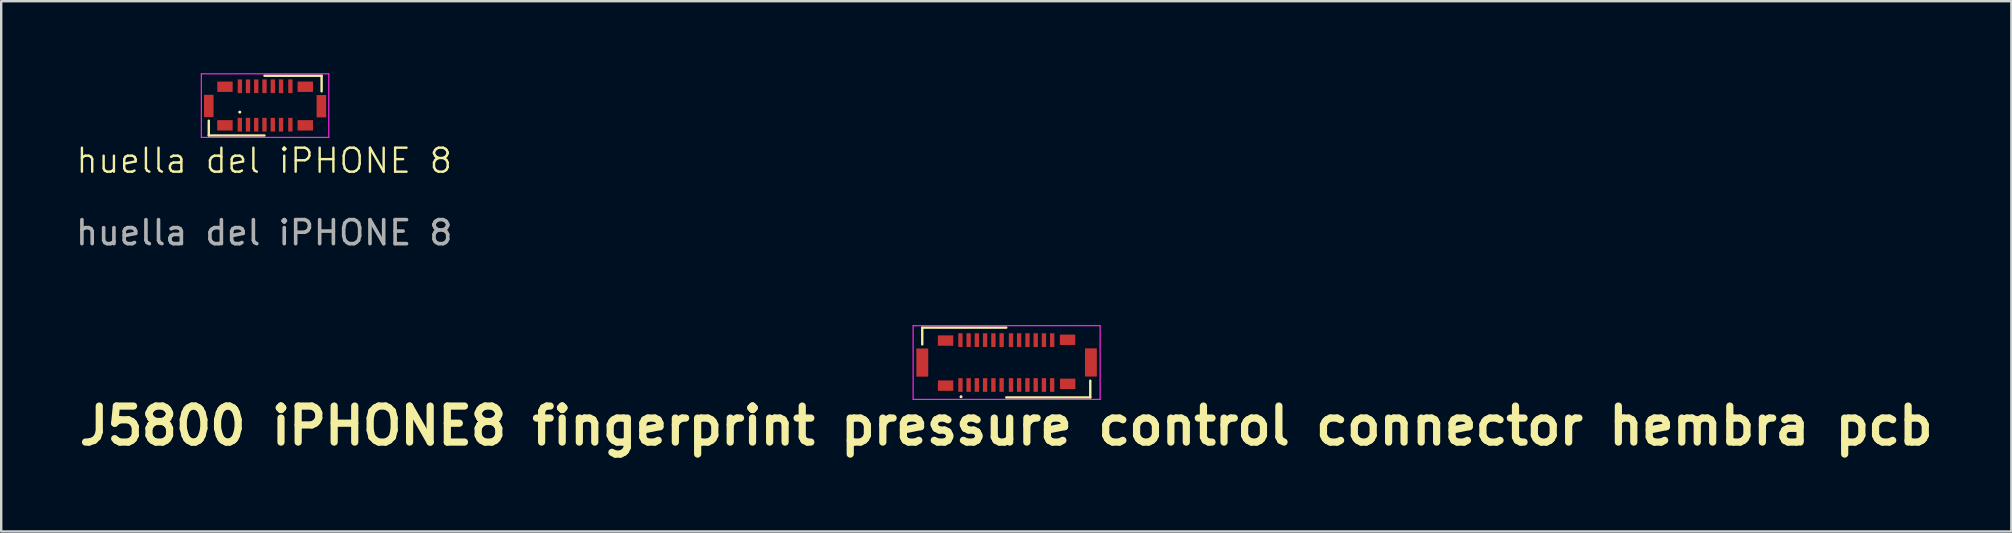
<source format=kicad_pcb>
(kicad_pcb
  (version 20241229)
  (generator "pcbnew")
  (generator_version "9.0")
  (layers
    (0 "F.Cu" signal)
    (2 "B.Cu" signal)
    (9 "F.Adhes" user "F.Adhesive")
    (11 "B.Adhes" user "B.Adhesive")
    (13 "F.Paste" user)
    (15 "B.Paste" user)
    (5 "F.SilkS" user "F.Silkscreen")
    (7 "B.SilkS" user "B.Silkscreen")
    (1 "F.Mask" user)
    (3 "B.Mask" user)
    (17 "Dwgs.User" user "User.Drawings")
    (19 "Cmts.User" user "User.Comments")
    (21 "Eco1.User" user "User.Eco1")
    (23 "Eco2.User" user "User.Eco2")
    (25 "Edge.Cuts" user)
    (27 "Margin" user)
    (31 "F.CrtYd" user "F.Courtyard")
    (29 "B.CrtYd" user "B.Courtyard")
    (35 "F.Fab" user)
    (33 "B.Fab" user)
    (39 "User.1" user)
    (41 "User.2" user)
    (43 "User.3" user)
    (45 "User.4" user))
  (footprint "J5800 iPHONE8 fingerprint pressure control connector hembra pcb"
    (layer "F.Cu")
    (at 38.871 12.058)
    (property "Reference" "J5800 iPHONE8 fingerprint pressure control connector hembra pcb" (at 0 2.63 0) (layer "F.SilkS") (effects (font (size 1.5 1.5) (thickness 0.3))))
    (attr board_only exclude_from_pos_files exclude_from_bom)
    (fp_poly (pts (xy -3.251 -0.004) (xy -3.251 0.582) (xy -3.499 0.582) (xy -3.746 0.582) (xy -3.746 -0.004) (xy -3.746 -0.591) (xy -3.499 -0.591) (xy -3.251 -0.591)) (stroke (width 0) (type solid)) (fill yes) (layer "F.Mask"))
    (fp_poly (pts (xy -2.208 -0.92) (xy -2.208 -0.7) (xy -2.529 -0.7) (xy -2.849 -0.7) (xy -2.849 -0.92) (xy -2.849 -1.14) (xy -2.529 -1.14) (xy -2.208 -1.14)) (stroke (width 0) (type solid)) (fill yes) (layer "F.Mask"))
    (fp_poly (pts (xy -2.208 0.957) (xy -2.208 1.173) (xy -2.529 1.173) (xy -2.849 1.173) (xy -2.849 0.957) (xy -2.849 0.742) (xy -2.529 0.742) (xy -2.208 0.742)) (stroke (width 0) (type solid)) (fill yes) (layer "F.Mask"))
    (fp_poly (pts (xy -1.818 -0.939) (xy -1.818 -0.654) (xy -1.909 -0.654) (xy -1.999 -0.654) (xy -1.999 -0.939) (xy -1.999 -1.223) (xy -1.909 -1.223) (xy -1.818 -1.223)) (stroke (width 0) (type solid)) (fill yes) (layer "F.Mask"))
    (fp_poly (pts (xy -1.818 0.93) (xy -1.818 1.219) (xy -1.909 1.219) (xy -1.999 1.219) (xy -1.999 0.93) (xy -1.999 0.641) (xy -1.909 0.641) (xy -1.818 0.641)) (stroke (width 0) (type solid)) (fill yes) (layer "F.Mask"))
    (fp_poly (pts (xy -1.479 -0.939) (xy -1.479 -0.654) (xy -1.569 -0.654) (xy -1.659 -0.654) (xy -1.659 -0.939) (xy -1.659 -1.223) (xy -1.569 -1.223) (xy -1.479 -1.223)) (stroke (width 0) (type solid)) (fill yes) (layer "F.Mask"))
    (fp_poly (pts (xy -1.479 0.928) (xy -1.479 1.219) (xy -1.567 1.219) (xy -1.655 1.219) (xy -1.655 0.928) (xy -1.655 0.637) (xy -1.567 0.637) (xy -1.479 0.637)) (stroke (width 0) (type solid)) (fill yes) (layer "F.Mask"))
    (fp_poly (pts (xy -1.131 -0.939) (xy -1.131 -0.654) (xy -1.226 -0.654) (xy -1.32 -0.654) (xy -1.32 -0.939) (xy -1.32 -1.223) (xy -1.226 -1.223) (xy -1.131 -1.223)) (stroke (width 0) (type solid)) (fill yes) (layer "F.Mask"))
    (fp_poly (pts (xy -1.131 0.93) (xy -1.131 1.219) (xy -1.226 1.219) (xy -1.32 1.219) (xy -1.32 0.93) (xy -1.32 0.641) (xy -1.226 0.641) (xy -1.131 0.641)) (stroke (width 0) (type solid)) (fill yes) (layer "F.Mask"))
    (fp_poly (pts (xy -0.788 -0.939) (xy -0.788 -0.654) (xy -0.882 -0.654) (xy -0.976 -0.654) (xy -0.976 -0.939) (xy -0.976 -1.223) (xy -0.882 -1.223) (xy -0.788 -1.223)) (stroke (width 0) (type solid)) (fill yes) (layer "F.Mask"))
    (fp_poly (pts (xy -0.788 0.93) (xy -0.788 1.219) (xy -0.882 1.219) (xy -0.976 1.219) (xy -0.976 0.93) (xy -0.976 0.641) (xy -0.882 0.641) (xy -0.788 0.641)) (stroke (width 0) (type solid)) (fill yes) (layer "F.Mask"))
    (fp_poly (pts (xy -0.448 0.93) (xy -0.448 1.219) (xy -0.538 1.219) (xy -0.629 1.219) (xy -0.629 0.93) (xy -0.629 0.641) (xy -0.538 0.641) (xy -0.448 0.641)) (stroke (width 0) (type solid)) (fill yes) (layer "F.Mask"))
    (fp_poly (pts (xy -0.444 -0.939) (xy -0.444 -0.654) (xy -0.536 -0.654) (xy -0.629 -0.654) (xy -0.629 -0.939) (xy -0.629 -1.223) (xy -0.536 -1.223) (xy -0.444 -1.223)) (stroke (width 0) (type solid)) (fill yes) (layer "F.Mask"))
    (fp_poly (pts (xy -0.101 -0.939) (xy -0.101 -0.654) (xy -0.193 -0.654) (xy -0.285 -0.654) (xy -0.285 -0.939) (xy -0.285 -1.223) (xy -0.193 -1.223) (xy -0.101 -1.223)) (stroke (width 0) (type solid)) (fill yes) (layer "F.Mask"))
    (fp_poly (pts (xy -0.101 0.93) (xy -0.101 1.219) (xy -0.193 1.219) (xy -0.285 1.219) (xy -0.285 0.93) (xy -0.285 0.641) (xy -0.193 0.641) (xy -0.101 0.641)) (stroke (width 0) (type solid)) (fill yes) (layer "F.Mask"))
    (fp_poly (pts (xy 0.289 -0.939) (xy 0.289 -0.654) (xy 0.197 -0.654) (xy 0.105 -0.654) (xy 0.105 -0.939) (xy 0.105 -1.223) (xy 0.197 -1.223) (xy 0.289 -1.223)) (stroke (width 0) (type solid)) (fill yes) (layer "F.Mask"))
    (fp_poly (pts (xy 0.289 0.93) (xy 0.289 1.219) (xy 0.197 1.219) (xy 0.105 1.219) (xy 0.105 0.93) (xy 0.105 0.641) (xy 0.197 0.641) (xy 0.289 0.641)) (stroke (width 0) (type solid)) (fill yes) (layer "F.Mask"))
    (fp_poly (pts (xy 0.629 -0.939) (xy 0.629 -0.654) (xy 0.536 -0.654) (xy 0.444 -0.654) (xy 0.444 -0.939) (xy 0.444 -1.223) (xy 0.536 -1.223) (xy 0.629 -1.223)) (stroke (width 0) (type solid)) (fill yes) (layer "F.Mask"))
    (fp_poly (pts (xy 0.629 0.93) (xy 0.629 1.219) (xy 0.536 1.219) (xy 0.444 1.219) (xy 0.444 0.93) (xy 0.444 0.641) (xy 0.536 0.641) (xy 0.629 0.641)) (stroke (width 0) (type solid)) (fill yes) (layer "F.Mask"))
    (fp_poly (pts (xy 0.972 -0.939) (xy 0.972 -0.654) (xy 0.884 -0.654) (xy 0.796 -0.654) (xy 0.796 -0.939) (xy 0.796 -1.223) (xy 0.884 -1.223) (xy 0.972 -1.223)) (stroke (width 0) (type solid)) (fill yes) (layer "F.Mask"))
    (fp_poly (pts (xy 0.972 0.93) (xy 0.972 1.219) (xy 0.882 1.219) (xy 0.792 1.219) (xy 0.792 0.93) (xy 0.792 0.641) (xy 0.882 0.641) (xy 0.972 0.641)) (stroke (width 0) (type solid)) (fill yes) (layer "F.Mask"))
    (fp_poly (pts (xy 1.32 -0.939) (xy 1.32 -0.654) (xy 1.226 -0.654) (xy 1.131 -0.654) (xy 1.131 -0.939) (xy 1.131 -1.223) (xy 1.226 -1.223) (xy 1.32 -1.223)) (stroke (width 0) (type solid)) (fill yes) (layer "F.Mask"))
    (fp_poly (pts (xy 1.32 0.93) (xy 1.32 1.219) (xy 1.226 1.219) (xy 1.131 1.219) (xy 1.131 0.93) (xy 1.131 0.641) (xy 1.226 0.641) (xy 1.32 0.641)) (stroke (width 0) (type solid)) (fill yes) (layer "F.Mask"))
    (fp_poly (pts (xy 1.663 -0.939) (xy 1.663 -0.654) (xy 1.569 -0.654) (xy 1.475 -0.654) (xy 1.475 -0.939) (xy 1.475 -1.223) (xy 1.569 -1.223) (xy 1.663 -1.223)) (stroke (width 0) (type solid)) (fill yes) (layer "F.Mask"))
    (fp_poly (pts (xy 1.663 0.93) (xy 1.663 1.219) (xy 1.569 1.219) (xy 1.475 1.219) (xy 1.475 0.93) (xy 1.475 0.641) (xy 1.569 0.641) (xy 1.663 0.641)) (stroke (width 0) (type solid)) (fill yes) (layer "F.Mask"))
    (fp_poly (pts (xy 2.003 -0.939) (xy 2.003 -0.654) (xy 1.913 -0.654) (xy 1.823 -0.654) (xy 1.823 -0.939) (xy 1.823 -1.223) (xy 1.913 -1.223) (xy 2.003 -1.223)) (stroke (width 0) (type solid)) (fill yes) (layer "F.Mask"))
    (fp_poly (pts (xy 2.003 0.93) (xy 2.003 1.219) (xy 1.913 1.219) (xy 1.823 1.219) (xy 1.823 0.93) (xy 1.823 0.641) (xy 1.913 0.641) (xy 2.003 0.641)) (stroke (width 0) (type solid)) (fill yes) (layer "F.Mask"))
    (fp_poly (pts (xy 2.87 -0.953) (xy 2.87 -0.737) (xy 2.554 -0.737) (xy 2.237 -0.737) (xy 2.237 -0.953) (xy 2.237 -1.169) (xy 2.554 -1.169) (xy 2.87 -1.169)) (stroke (width 0) (type solid)) (fill yes) (layer "F.Mask"))
    (fp_poly (pts (xy 2.87 0.882) (xy 2.87 1.098) (xy 2.56 1.098) (xy 2.25 1.098) (xy 2.25 0.882) (xy 2.25 0.666) (xy 2.56 0.666) (xy 2.87 0.666)) (stroke (width 0) (type solid)) (fill yes) (layer "F.Mask"))
    (fp_poly (pts (xy 3.742 -0.008) (xy 3.742 0.582) (xy 3.526 0.582) (xy 3.31 0.582) (xy 3.31 -0.008) (xy 3.31 -0.599) (xy 3.526 -0.599) (xy 3.742 -0.599)) (stroke (width 0) (type solid)) (fill yes) (layer "F.Mask"))
    (fp_line (start -3.5 -1.46) (end 0 -1.46) (stroke (width 0.1) (type default)) (layer "F.SilkS"))
    (fp_line (start -3.5 -0.76) (end -3.5 -1.46) (stroke (width 0.1) (type default)) (layer "F.SilkS"))
    (fp_line (start -1.89 1.42) (end -1.89 1.43) (stroke (width 0.1) (type default)) (layer "F.SilkS"))
    (fp_line (start -1.88 1.42) (end -1.89 1.42) (stroke (width 0.1) (type default)) (layer "F.SilkS"))
    (fp_line (start -1.88 1.43) (end -1.88 1.42) (stroke (width 0.1) (type default)) (layer "F.SilkS"))
    (fp_line (start 0 1.45) (end 3.5 1.45) (stroke (width 0.1) (type default)) (layer "F.SilkS"))
    (fp_line (start 3.5 1.45) (end 3.5 0.75) (stroke (width 0.1) (type default)) (layer "F.SilkS"))
    (fp_line (start -3.88 -1.54) (end -3.88 1.53) (stroke (width 0.05) (type default)) (layer "F.CrtYd"))
    (fp_line (start -3.88 -1.54) (end 3.91 -1.54) (stroke (width 0.05) (type default)) (layer "F.CrtYd"))
    (fp_line (start -3.88 1.53) (end 3.91 1.53) (stroke (width 0.05) (type default)) (layer "F.CrtYd"))
    (fp_line (start 3.91 -1.54) (end 3.91 1.53) (stroke (width 0.05) (type default)) (layer "F.CrtYd"))
    (pad "1" smd rect (at -1.909 0.93) (size 0.18 0.57) (layers "F.Cu" "F.Mask" "F.Paste"))
    (pad "2" smd rect (at -1.909 -0.939) (size 0.18 0.57) (layers "F.Cu" "F.Mask" "F.Paste"))
    (pad "3" smd rect (at -1.569 0.93) (size 0.18 0.57) (layers "F.Cu" "F.Mask" "F.Paste"))
    (pad "4" smd rect (at -1.569 -0.939) (size 0.18 0.57) (layers "F.Cu" "F.Mask" "F.Paste"))
    (pad "5" smd rect (at -1.226 0.93) (size 0.18 0.57) (layers "F.Cu" "F.Mask" "F.Paste"))
    (pad "6" smd rect (at -1.226 -0.939) (size 0.18 0.57) (layers "F.Cu" "F.Mask" "F.Paste"))
    (pad "7" smd rect (at -0.882 0.93) (size 0.18 0.57) (layers "F.Cu" "F.Mask" "F.Paste"))
    (pad "8" smd rect (at -0.882 -0.939) (size 0.18 0.57) (layers "F.Cu" "F.Mask" "F.Paste"))
    (pad "9" smd rect (at -0.536 0.93) (size 0.18 0.57) (layers "F.Cu" "F.Mask" "F.Paste"))
    (pad "10" smd rect (at -0.536 -0.939) (size 0.18 0.57) (layers "F.Cu" "F.Mask" "F.Paste"))
    (pad "11" smd rect (at -0.193 0.93) (size 0.18 0.57) (layers "F.Cu" "F.Mask" "F.Paste"))
    (pad "12" smd rect (at -0.193 -0.939) (size 0.18 0.57) (layers "F.Cu" "F.Mask" "F.Paste"))
    (pad "13" smd rect (at 0.197 0.93) (size 0.18 0.57) (layers "F.Cu" "F.Mask" "F.Paste"))
    (pad "14" smd rect (at 0.197 -0.939) (size 0.18 0.57) (layers "F.Cu" "F.Mask" "F.Paste"))
    (pad "15" smd rect (at 0.536 0.93) (size 0.18 0.57) (layers "F.Cu" "F.Mask" "F.Paste"))
    (pad "16" smd rect (at 0.536 -0.939) (size 0.18 0.57) (layers "F.Cu" "F.Mask" "F.Paste"))
    (pad "17" smd rect (at 0.882 0.93) (size 0.18 0.57) (layers "F.Cu" "F.Mask" "F.Paste"))
    (pad "18" smd rect (at 0.884 -0.939) (size 0.18 0.57) (layers "F.Cu" "F.Mask" "F.Paste"))
    (pad "19" smd rect (at 1.226 0.93) (size 0.18 0.57) (layers "F.Cu" "F.Mask" "F.Paste"))
    (pad "20" smd rect (at 1.226 -0.939) (size 0.18 0.57) (layers "F.Cu" "F.Mask" "F.Paste"))
    (pad "21" smd rect (at 1.569 0.93) (size 0.18 0.57) (layers "F.Cu" "F.Mask" "F.Paste"))
    (pad "22" smd rect (at 1.569 -0.939) (size 0.18 0.57) (layers "F.Cu" "F.Mask" "F.Paste"))
    (pad "23" smd rect (at 1.913 0.93) (size 0.18 0.57) (layers "F.Cu" "F.Mask" "F.Paste"))
    (pad "24" smd rect (at 1.913 -0.939) (size 0.18 0.57) (layers "F.Cu" "F.Mask" "F.Paste"))
    (pad "25" smd rect (at -2.529 0.957) (size 0.641 0.432) (layers "F.Cu" "F.Mask" "F.Paste"))
    (pad "26" smd rect (at -2.529 -0.92) (size 0.641 0.432) (layers "F.Cu" "F.Mask" "F.Paste"))
    (pad "27" smd rect (at 2.56 0.882) (size 0.641 0.432) (layers "F.Cu" "F.Mask" "F.Paste"))
    (pad "28" smd rect (at 2.554 -0.953) (size 0.641 0.432) (layers "F.Cu" "F.Mask" "F.Paste"))
    (pad "29" smd rect (at -3.499 -0.004) (size 0.494 1.173) (layers "F.Cu" "F.Mask" "F.Paste"))
    (pad "30" smd rect (at 3.526 -0.008) (size 0.494 1.173) (layers "F.Cu" "F.Mask" "F.Paste")))
  (footprint "huella del iPHONE 8"
    (layer "F.Cu")
    (at 7.968 1.325)
    (property "Reference" "huella del iPHONE 8" (at -0.01 2.32 0) (unlocked yes) (layer "F.SilkS") (effects (font (size 1 1) (thickness 0.1))))
    (attr smd)
    (fp_line (start -2.32 0.655) (end -2.32 1.27) (stroke (width 0.1) (type default)) (layer "F.SilkS"))
    (fp_line (start -2.32 1.27) (end 0 1.27) (stroke (width 0.1) (type default)) (layer "F.SilkS"))
    (fp_line (start -1.03 0.29) (end -1.02 0.29) (stroke (width 0.1) (type default)) (layer "F.SilkS"))
    (fp_line (start -1.03 0.3) (end -1.03 0.29) (stroke (width 0.1) (type default)) (layer "F.SilkS"))
    (fp_line (start -1.02 0.3) (end -1.03 0.3) (stroke (width 0.1) (type default)) (layer "F.SilkS"))
    (fp_line (start 0 -1.22) (end 2.38 -1.22) (stroke (width 0.1) (type default)) (layer "F.SilkS"))
    (fp_line (start 2.38 -1.22) (end 2.38 -0.57) (stroke (width 0.1) (type default)) (layer "F.SilkS"))
    (fp_line (start -2.63 -1.3) (end -2.63 1.35) (stroke (width 0.05) (type default)) (layer "F.CrtYd"))
    (fp_line (start -2.63 1.35) (end 2.68 1.35) (stroke (width 0.05) (type default)) (layer "F.CrtYd"))
    (fp_line (start 2.68 -1.3) (end -2.63 -1.3) (stroke (width 0.05) (type default)) (layer "F.CrtYd"))
    (fp_line (start 2.68 1.35) (end 2.68 -1.3) (stroke (width 0.05) (type default)) (layer "F.CrtYd"))
    (fp_text user "${REFERENCE}" (at -0.01 5.32 0) (unlocked yes) (layer "F.Fab") (effects (font (size 1 1) (thickness 0.15))))
    (pad "1" smd rect (at -1.027 0.82) (size 0.18 0.57) (layers "F.Cu" "F.Mask" "F.Paste"))
    (pad "2" smd rect (at -1.025 -0.78) (size 0.18 0.57) (layers "F.Cu" "F.Mask" "F.Paste"))
    (pad "3" smd rect (at -0.687 0.82) (size 0.18 0.57) (layers "F.Cu" "F.Mask" "F.Paste"))
    (pad "4" smd rect (at -0.686 -0.78) (size 0.18 0.57) (layers "F.Cu" "F.Mask" "F.Paste"))
    (pad "5" smd rect (at -0.344 0.82) (size 0.18 0.57) (layers "F.Cu" "F.Mask" "F.Paste"))
    (pad "6" smd rect (at -0.343 -0.78) (size 0.18 0.57) (layers "F.Cu" "F.Mask" "F.Paste"))
    (pad "7" smd rect (at 0 0.82) (size 0.18 0.57) (layers "F.Cu" "F.Mask" "F.Paste"))
    (pad "8" smd rect (at 0.001 -0.78) (size 0.18 0.57) (layers "F.Cu" "F.Mask" "F.Paste"))
    (pad "9" smd rect (at 0.346 0.82) (size 0.18 0.57) (layers "F.Cu" "F.Mask" "F.Paste"))
    (pad "10" smd rect (at 0.347 -0.78) (size 0.18 0.57) (layers "F.Cu" "F.Mask" "F.Paste"))
    (pad "11" smd rect (at 0.689 0.82) (size 0.18 0.57) (layers "F.Cu" "F.Mask" "F.Paste"))
    (pad "12" smd rect (at 0.69 -0.78) (size 0.18 0.57) (layers "F.Cu" "F.Mask" "F.Paste"))
    (pad "13" smd rect (at 1.079 0.82) (size 0.18 0.57) (layers "F.Cu" "F.Mask" "F.Paste"))
    (pad "14" smd rect (at 1.08 -0.78) (size 0.18 0.57) (layers "F.Cu" "F.Mask" "F.Paste"))
    (pad "15" smd rect (at -1.647 0.847) (size 0.641 0.432) (layers "F.Cu" "F.Mask" "F.Paste"))
    (pad "16" smd rect (at -1.646 -0.761) (size 0.641 0.432) (layers "F.Cu" "F.Mask" "F.Paste"))
    (pad "17" smd rect (at 1.699 0.847) (size 0.641 0.432) (layers "F.Cu" "F.Mask" "F.Paste"))
    (pad "18" smd rect (at 1.7 -0.761) (size 0.641 0.432) (layers "F.Cu" "F.Mask" "F.Paste"))
    (pad "19" smd rect (at -2.32 0.04) (size 0.396 0.93) (layers "F.Cu" "F.Mask" "F.Paste"))
    (pad "20" smd rect (at 2.37 0.05) (size 0.396 0.93) (layers "F.Cu" "F.Mask" "F.Paste")))
  (gr_rect
    (start -3 -3)
    (end 80.743 19.092)
    (stroke (width 0.1) (type default))
    (fill no)
    (layer "Edge.Cuts")))
</source>
